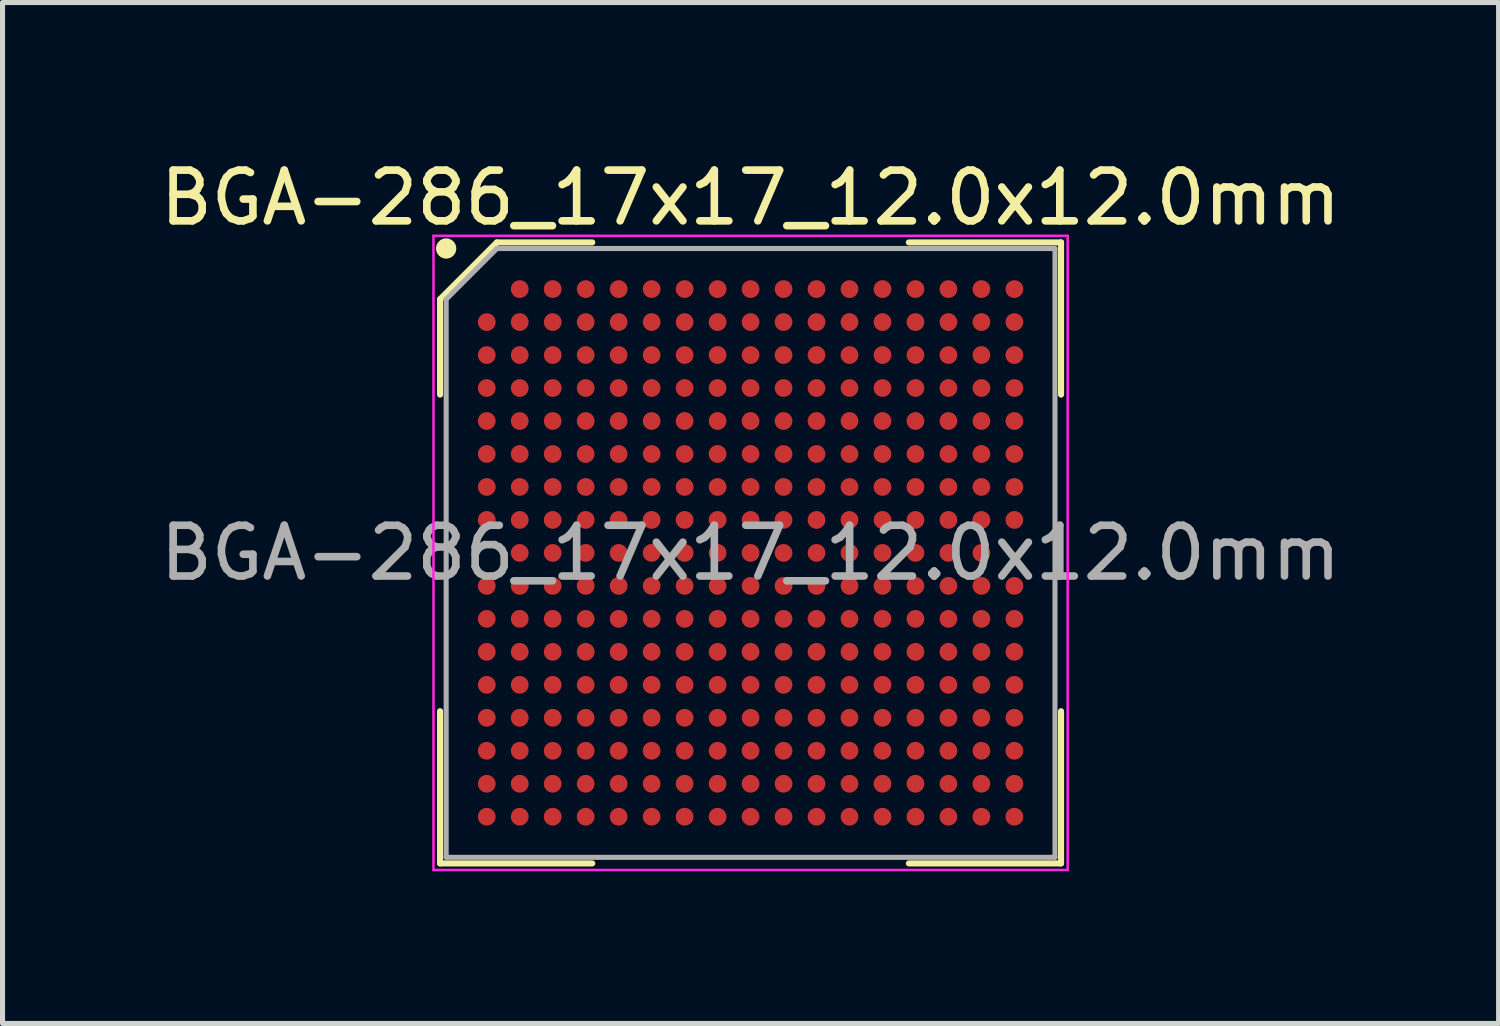
<source format=kicad_pcb>
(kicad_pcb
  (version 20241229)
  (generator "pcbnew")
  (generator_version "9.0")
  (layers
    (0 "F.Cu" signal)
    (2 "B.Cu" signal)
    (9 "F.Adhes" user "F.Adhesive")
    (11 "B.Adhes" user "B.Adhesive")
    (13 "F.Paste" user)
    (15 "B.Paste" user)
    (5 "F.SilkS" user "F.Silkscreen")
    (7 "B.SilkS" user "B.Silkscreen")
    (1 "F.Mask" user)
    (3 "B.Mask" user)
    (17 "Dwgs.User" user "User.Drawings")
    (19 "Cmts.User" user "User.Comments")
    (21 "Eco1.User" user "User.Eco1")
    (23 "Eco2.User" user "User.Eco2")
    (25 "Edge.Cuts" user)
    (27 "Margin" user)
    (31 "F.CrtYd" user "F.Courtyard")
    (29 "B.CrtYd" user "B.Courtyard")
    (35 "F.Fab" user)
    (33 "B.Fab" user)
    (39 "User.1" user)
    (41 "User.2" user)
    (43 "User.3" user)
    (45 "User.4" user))
  (footprint "BGA-286_17x17_12.0x12.0mm"
    (layer "F.Cu")
    (at 11.744 7.848)
    (property "Reference" "BGA-286_17x17_12.0x12.0mm" (at 0 -7 0) (layer "F.SilkS") (effects (font (size 1 1) (thickness 0.15))))
    (attr smd)
    (fp_line (start -6.12 -5) (end -6.12 -3.12) (stroke (width 0.12) (type default)) (layer "F.SilkS"))
    (fp_line (start -6.12 6.12) (end -6.12 3.12) (stroke (width 0.12) (type default)) (layer "F.SilkS"))
    (fp_line (start -5 -6.12) (end -6.12 -5) (stroke (width 0.12) (type default)) (layer "F.SilkS"))
    (fp_line (start -3.12 -6.12) (end -5 -6.12) (stroke (width 0.12) (type default)) (layer "F.SilkS"))
    (fp_line (start -3.12 6.12) (end -6.12 6.12) (stroke (width 0.12) (type default)) (layer "F.SilkS"))
    (fp_line (start 3.12 -6.12) (end 6.12 -6.12) (stroke (width 0.12) (type default)) (layer "F.SilkS"))
    (fp_line (start 3.12 6.12) (end 6.12 6.12) (stroke (width 0.12) (type default)) (layer "F.SilkS"))
    (fp_line (start 6.12 -6.12) (end 6.12 -3.12) (stroke (width 0.12) (type default)) (layer "F.SilkS"))
    (fp_line (start 6.12 6.12) (end 6.12 3.12) (stroke (width 0.12) (type default)) (layer "F.SilkS"))
    (fp_circle (center -6 -6) (end -6 -5.9) (stroke (width 0.2) (type default)) (fill no) (layer "F.SilkS"))
    (fp_line (start -6.25 -6.25) (end 6.25 -6.25) (stroke (width 0.05) (type default)) (layer "F.CrtYd"))
    (fp_line (start -6.25 6.25) (end -6.25 -6.25) (stroke (width 0.05) (type default)) (layer "F.CrtYd"))
    (fp_line (start 6.25 -6.25) (end 6.25 6.25) (stroke (width 0.05) (type default)) (layer "F.CrtYd"))
    (fp_line (start 6.25 6.25) (end -6.25 6.25) (stroke (width 0.05) (type default)) (layer "F.CrtYd"))
    (fp_line (start -6 -5) (end -6 6) (stroke (width 0.1) (type default)) (layer "F.Fab"))
    (fp_line (start -6 6) (end 6 6) (stroke (width 0.1) (type default)) (layer "F.Fab"))
    (fp_line (start -5 -6) (end -6 -5) (stroke (width 0.1) (type default)) (layer "F.Fab"))
    (fp_line (start 6 -6) (end -5 -6) (stroke (width 0.1) (type default)) (layer "F.Fab"))
    (fp_line (start 6 6) (end 6 -6) (stroke (width 0.1) (type default)) (layer "F.Fab"))
    (fp_text user "${REFERENCE}" (at 0 0 0) (layer "F.Fab") (effects (font (size 1 1) (thickness 0.15))))
    (pad "A2" smd circle (at -4.55 -5.2) (size 0.35 0.35) (layers "F.Cu" "F.Mask" "F.Paste"))
    (pad "A3" smd circle (at -3.9 -5.2) (size 0.35 0.35) (layers "F.Cu" "F.Mask" "F.Paste"))
    (pad "A4" smd circle (at -3.25 -5.2) (size 0.35 0.35) (layers "F.Cu" "F.Mask" "F.Paste"))
    (pad "A5" smd circle (at -2.6 -5.2) (size 0.35 0.35) (layers "F.Cu" "F.Mask" "F.Paste"))
    (pad "A6" smd circle (at -1.95 -5.2) (size 0.35 0.35) (layers "F.Cu" "F.Mask" "F.Paste"))
    (pad "A7" smd circle (at -1.3 -5.2) (size 0.35 0.35) (layers "F.Cu" "F.Mask" "F.Paste"))
    (pad "A8" smd circle (at -0.65 -5.2) (size 0.35 0.35) (layers "F.Cu" "F.Mask" "F.Paste"))
    (pad "A9" smd circle (at 0 -5.2) (size 0.35 0.35) (layers "F.Cu" "F.Mask" "F.Paste"))
    (pad "A10" smd circle (at 0.65 -5.2) (size 0.35 0.35) (layers "F.Cu" "F.Mask" "F.Paste"))
    (pad "A11" smd circle (at 1.3 -5.2) (size 0.35 0.35) (layers "F.Cu" "F.Mask" "F.Paste"))
    (pad "A12" smd circle (at 1.95 -5.2) (size 0.35 0.35) (layers "F.Cu" "F.Mask" "F.Paste"))
    (pad "A13" smd circle (at 2.6 -5.2) (size 0.35 0.35) (layers "F.Cu" "F.Mask" "F.Paste"))
    (pad "A14" smd circle (at 3.25 -5.2) (size 0.35 0.35) (layers "F.Cu" "F.Mask" "F.Paste"))
    (pad "A15" smd circle (at 3.9 -5.2) (size 0.35 0.35) (layers "F.Cu" "F.Mask" "F.Paste"))
    (pad "A16" smd circle (at 4.55 -5.2) (size 0.35 0.35) (layers "F.Cu" "F.Mask" "F.Paste"))
    (pad "A17" smd circle (at 5.2 -5.2) (size 0.35 0.35) (layers "F.Cu" "F.Mask" "F.Paste"))
    (pad "B1" smd circle (at -5.2 -4.55) (size 0.35 0.35) (layers "F.Cu" "F.Mask" "F.Paste"))
    (pad "B2" smd circle (at -4.55 -4.55) (size 0.35 0.35) (layers "F.Cu" "F.Mask" "F.Paste"))
    (pad "B3" smd circle (at -3.9 -4.55) (size 0.35 0.35) (layers "F.Cu" "F.Mask" "F.Paste"))
    (pad "B4" smd circle (at -3.25 -4.55) (size 0.35 0.35) (layers "F.Cu" "F.Mask" "F.Paste"))
    (pad "B5" smd circle (at -2.6 -4.55) (size 0.35 0.35) (layers "F.Cu" "F.Mask" "F.Paste"))
    (pad "B6" smd circle (at -1.95 -4.55) (size 0.35 0.35) (layers "F.Cu" "F.Mask" "F.Paste"))
    (pad "B7" smd circle (at -1.3 -4.55) (size 0.35 0.35) (layers "F.Cu" "F.Mask" "F.Paste"))
    (pad "B8" smd circle (at -0.65 -4.55) (size 0.35 0.35) (layers "F.Cu" "F.Mask" "F.Paste"))
    (pad "B9" smd circle (at 0 -4.55) (size 0.35 0.35) (layers "F.Cu" "F.Mask" "F.Paste"))
    (pad "B10" smd circle (at 0.65 -4.55) (size 0.35 0.35) (layers "F.Cu" "F.Mask" "F.Paste"))
    (pad "B11" smd circle (at 1.3 -4.55) (size 0.35 0.35) (layers "F.Cu" "F.Mask" "F.Paste"))
    (pad "B12" smd circle (at 1.95 -4.55) (size 0.35 0.35) (layers "F.Cu" "F.Mask" "F.Paste"))
    (pad "B13" smd circle (at 2.6 -4.55) (size 0.35 0.35) (layers "F.Cu" "F.Mask" "F.Paste"))
    (pad "B14" smd circle (at 3.25 -4.55) (size 0.35 0.35) (layers "F.Cu" "F.Mask" "F.Paste"))
    (pad "B15" smd circle (at 3.9 -4.55) (size 0.35 0.35) (layers "F.Cu" "F.Mask" "F.Paste"))
    (pad "B16" smd circle (at 4.55 -4.55) (size 0.35 0.35) (layers "F.Cu" "F.Mask" "F.Paste"))
    (pad "B17" smd circle (at 5.2 -4.55) (size 0.35 0.35) (layers "F.Cu" "F.Mask" "F.Paste"))
    (pad "C1" smd circle (at -5.2 -3.9) (size 0.35 0.35) (layers "F.Cu" "F.Mask" "F.Paste"))
    (pad "C2" smd circle (at -4.55 -3.9) (size 0.35 0.35) (layers "F.Cu" "F.Mask" "F.Paste"))
    (pad "C3" smd circle (at -3.9 -3.9) (size 0.35 0.35) (layers "F.Cu" "F.Mask" "F.Paste"))
    (pad "C4" smd circle (at -3.25 -3.9) (size 0.35 0.35) (layers "F.Cu" "F.Mask" "F.Paste"))
    (pad "C5" smd circle (at -2.6 -3.9) (size 0.35 0.35) (layers "F.Cu" "F.Mask" "F.Paste"))
    (pad "C6" smd circle (at -1.95 -3.9) (size 0.35 0.35) (layers "F.Cu" "F.Mask" "F.Paste"))
    (pad "C7" smd circle (at -1.3 -3.9) (size 0.35 0.35) (layers "F.Cu" "F.Mask" "F.Paste"))
    (pad "C8" smd circle (at -0.65 -3.9) (size 0.35 0.35) (layers "F.Cu" "F.Mask" "F.Paste"))
    (pad "C9" smd circle (at 0 -3.9) (size 0.35 0.35) (layers "F.Cu" "F.Mask" "F.Paste"))
    (pad "C10" smd circle (at 0.65 -3.9) (size 0.35 0.35) (layers "F.Cu" "F.Mask" "F.Paste"))
    (pad "C11" smd circle (at 1.3 -3.9) (size 0.35 0.35) (layers "F.Cu" "F.Mask" "F.Paste"))
    (pad "C12" smd circle (at 1.95 -3.9) (size 0.35 0.35) (layers "F.Cu" "F.Mask" "F.Paste"))
    (pad "C13" smd circle (at 2.6 -3.9) (size 0.35 0.35) (layers "F.Cu" "F.Mask" "F.Paste"))
    (pad "C14" smd circle (at 3.25 -3.9) (size 0.35 0.35) (layers "F.Cu" "F.Mask" "F.Paste"))
    (pad "C15" smd circle (at 3.9 -3.9) (size 0.35 0.35) (layers "F.Cu" "F.Mask" "F.Paste"))
    (pad "C16" smd circle (at 4.55 -3.9) (size 0.35 0.35) (layers "F.Cu" "F.Mask" "F.Paste"))
    (pad "C17" smd circle (at 5.2 -3.9) (size 0.35 0.35) (layers "F.Cu" "F.Mask" "F.Paste"))
    (pad "D1" smd circle (at -5.2 -3.25) (size 0.35 0.35) (layers "F.Cu" "F.Mask" "F.Paste"))
    (pad "D2" smd circle (at -4.55 -3.25) (size 0.35 0.35) (layers "F.Cu" "F.Mask" "F.Paste"))
    (pad "D3" smd circle (at -3.9 -3.25) (size 0.35 0.35) (layers "F.Cu" "F.Mask" "F.Paste"))
    (pad "D4" smd circle (at -3.25 -3.25) (size 0.35 0.35) (layers "F.Cu" "F.Mask" "F.Paste"))
    (pad "D5" smd circle (at -2.6 -3.25) (size 0.35 0.35) (layers "F.Cu" "F.Mask" "F.Paste"))
    (pad "D6" smd circle (at -1.95 -3.25) (size 0.35 0.35) (layers "F.Cu" "F.Mask" "F.Paste"))
    (pad "D7" smd circle (at -1.3 -3.25) (size 0.35 0.35) (layers "F.Cu" "F.Mask" "F.Paste"))
    (pad "D8" smd circle (at -0.65 -3.25) (size 0.35 0.35) (layers "F.Cu" "F.Mask" "F.Paste"))
    (pad "D9" smd circle (at 0 -3.25) (size 0.35 0.35) (layers "F.Cu" "F.Mask" "F.Paste"))
    (pad "D10" smd circle (at 0.65 -3.25) (size 0.35 0.35) (layers "F.Cu" "F.Mask" "F.Paste"))
    (pad "D11" smd circle (at 1.3 -3.25) (size 0.35 0.35) (layers "F.Cu" "F.Mask" "F.Paste"))
    (pad "D12" smd circle (at 1.95 -3.25) (size 0.35 0.35) (layers "F.Cu" "F.Mask" "F.Paste"))
    (pad "D13" smd circle (at 2.6 -3.25) (size 0.35 0.35) (layers "F.Cu" "F.Mask" "F.Paste"))
    (pad "D14" smd circle (at 3.25 -3.25) (size 0.35 0.35) (layers "F.Cu" "F.Mask" "F.Paste"))
    (pad "D15" smd circle (at 3.9 -3.25) (size 0.35 0.35) (layers "F.Cu" "F.Mask" "F.Paste"))
    (pad "D16" smd circle (at 4.55 -3.25) (size 0.35 0.35) (layers "F.Cu" "F.Mask" "F.Paste"))
    (pad "D17" smd circle (at 5.2 -3.25) (size 0.35 0.35) (layers "F.Cu" "F.Mask" "F.Paste"))
    (pad "E1" smd circle (at -5.2 -2.6) (size 0.35 0.35) (layers "F.Cu" "F.Mask" "F.Paste"))
    (pad "E2" smd circle (at -4.55 -2.6) (size 0.35 0.35) (layers "F.Cu" "F.Mask" "F.Paste"))
    (pad "E3" smd circle (at -3.9 -2.6) (size 0.35 0.35) (layers "F.Cu" "F.Mask" "F.Paste"))
    (pad "E4" smd circle (at -3.25 -2.6) (size 0.35 0.35) (layers "F.Cu" "F.Mask" "F.Paste"))
    (pad "E5" smd circle (at -2.6 -2.6) (size 0.35 0.35) (layers "F.Cu" "F.Mask" "F.Paste"))
    (pad "E6" smd circle (at -1.95 -2.6) (size 0.35 0.35) (layers "F.Cu" "F.Mask" "F.Paste"))
    (pad "E7" smd circle (at -1.3 -2.6) (size 0.35 0.35) (layers "F.Cu" "F.Mask" "F.Paste"))
    (pad "E8" smd circle (at -0.65 -2.6) (size 0.35 0.35) (layers "F.Cu" "F.Mask" "F.Paste"))
    (pad "E9" smd circle (at 0 -2.6) (size 0.35 0.35) (layers "F.Cu" "F.Mask" "F.Paste"))
    (pad "E10" smd circle (at 0.65 -2.6) (size 0.35 0.35) (layers "F.Cu" "F.Mask" "F.Paste"))
    (pad "E11" smd circle (at 1.3 -2.6) (size 0.35 0.35) (layers "F.Cu" "F.Mask" "F.Paste"))
    (pad "E12" smd circle (at 1.95 -2.6) (size 0.35 0.35) (layers "F.Cu" "F.Mask" "F.Paste"))
    (pad "E13" smd circle (at 2.6 -2.6) (size 0.35 0.35) (layers "F.Cu" "F.Mask" "F.Paste"))
    (pad "E14" smd circle (at 3.25 -2.6) (size 0.35 0.35) (layers "F.Cu" "F.Mask" "F.Paste"))
    (pad "E15" smd circle (at 3.9 -2.6) (size 0.35 0.35) (layers "F.Cu" "F.Mask" "F.Paste"))
    (pad "E16" smd circle (at 4.55 -2.6) (size 0.35 0.35) (layers "F.Cu" "F.Mask" "F.Paste"))
    (pad "E17" smd circle (at 5.2 -2.6) (size 0.35 0.35) (layers "F.Cu" "F.Mask" "F.Paste"))
    (pad "F1" smd circle (at -5.2 -1.95) (size 0.35 0.35) (layers "F.Cu" "F.Mask" "F.Paste"))
    (pad "F2" smd circle (at -4.55 -1.95) (size 0.35 0.35) (layers "F.Cu" "F.Mask" "F.Paste"))
    (pad "F3" smd circle (at -3.9 -1.95) (size 0.35 0.35) (layers "F.Cu" "F.Mask" "F.Paste"))
    (pad "F4" smd circle (at -3.25 -1.95) (size 0.35 0.35) (layers "F.Cu" "F.Mask" "F.Paste"))
    (pad "F5" smd circle (at -2.6 -1.95) (size 0.35 0.35) (layers "F.Cu" "F.Mask" "F.Paste"))
    (pad "F6" smd circle (at -1.95 -1.95) (size 0.35 0.35) (layers "F.Cu" "F.Mask" "F.Paste"))
    (pad "F7" smd circle (at -1.3 -1.95) (size 0.35 0.35) (layers "F.Cu" "F.Mask" "F.Paste"))
    (pad "F8" smd circle (at -0.65 -1.95) (size 0.35 0.35) (layers "F.Cu" "F.Mask" "F.Paste"))
    (pad "F9" smd circle (at 0 -1.95) (size 0.35 0.35) (layers "F.Cu" "F.Mask" "F.Paste"))
    (pad "F10" smd circle (at 0.65 -1.95) (size 0.35 0.35) (layers "F.Cu" "F.Mask" "F.Paste"))
    (pad "F11" smd circle (at 1.3 -1.95) (size 0.35 0.35) (layers "F.Cu" "F.Mask" "F.Paste"))
    (pad "F12" smd circle (at 1.95 -1.95) (size 0.35 0.35) (layers "F.Cu" "F.Mask" "F.Paste"))
    (pad "F13" smd circle (at 2.6 -1.95) (size 0.35 0.35) (layers "F.Cu" "F.Mask" "F.Paste"))
    (pad "F14" smd circle (at 3.25 -1.95) (size 0.35 0.35) (layers "F.Cu" "F.Mask" "F.Paste"))
    (pad "F15" smd circle (at 3.9 -1.95) (size 0.35 0.35) (layers "F.Cu" "F.Mask" "F.Paste"))
    (pad "F16" smd circle (at 4.55 -1.95) (size 0.35 0.35) (layers "F.Cu" "F.Mask" "F.Paste"))
    (pad "F17" smd circle (at 5.2 -1.95) (size 0.35 0.35) (layers "F.Cu" "F.Mask" "F.Paste"))
    (pad "G1" smd circle (at -5.2 -1.3) (size 0.35 0.35) (layers "F.Cu" "F.Mask" "F.Paste"))
    (pad "G2" smd circle (at -4.55 -1.3) (size 0.35 0.35) (layers "F.Cu" "F.Mask" "F.Paste"))
    (pad "G3" smd circle (at -3.9 -1.3) (size 0.35 0.35) (layers "F.Cu" "F.Mask" "F.Paste"))
    (pad "G4" smd circle (at -3.25 -1.3) (size 0.35 0.35) (layers "F.Cu" "F.Mask" "F.Paste"))
    (pad "G5" smd circle (at -2.6 -1.3) (size 0.35 0.35) (layers "F.Cu" "F.Mask" "F.Paste"))
    (pad "G6" smd circle (at -1.95 -1.3) (size 0.35 0.35) (layers "F.Cu" "F.Mask" "F.Paste"))
    (pad "G7" smd circle (at -1.3 -1.3) (size 0.35 0.35) (layers "F.Cu" "F.Mask" "F.Paste"))
    (pad "G8" smd circle (at -0.65 -1.3) (size 0.35 0.35) (layers "F.Cu" "F.Mask" "F.Paste"))
    (pad "G9" smd circle (at 0 -1.3) (size 0.35 0.35) (layers "F.Cu" "F.Mask" "F.Paste"))
    (pad "G10" smd circle (at 0.65 -1.3) (size 0.35 0.35) (layers "F.Cu" "F.Mask" "F.Paste"))
    (pad "G11" smd circle (at 1.3 -1.3) (size 0.35 0.35) (layers "F.Cu" "F.Mask" "F.Paste"))
    (pad "G12" smd circle (at 1.95 -1.3) (size 0.35 0.35) (layers "F.Cu" "F.Mask" "F.Paste"))
    (pad "G13" smd circle (at 2.6 -1.3) (size 0.35 0.35) (layers "F.Cu" "F.Mask" "F.Paste"))
    (pad "G14" smd circle (at 3.25 -1.3) (size 0.35 0.35) (layers "F.Cu" "F.Mask" "F.Paste"))
    (pad "G15" smd circle (at 3.9 -1.3) (size 0.35 0.35) (layers "F.Cu" "F.Mask" "F.Paste"))
    (pad "G16" smd circle (at 4.55 -1.3) (size 0.35 0.35) (layers "F.Cu" "F.Mask" "F.Paste"))
    (pad "G17" smd circle (at 5.2 -1.3) (size 0.35 0.35) (layers "F.Cu" "F.Mask" "F.Paste"))
    (pad "H1" smd circle (at -5.2 -0.65) (size 0.35 0.35) (layers "F.Cu" "F.Mask" "F.Paste"))
    (pad "H2" smd circle (at -4.55 -0.65) (size 0.35 0.35) (layers "F.Cu" "F.Mask" "F.Paste"))
    (pad "H3" smd circle (at -3.9 -0.65) (size 0.35 0.35) (layers "F.Cu" "F.Mask" "F.Paste"))
    (pad "H4" smd circle (at -3.25 -0.65) (size 0.35 0.35) (layers "F.Cu" "F.Mask" "F.Paste"))
    (pad "H5" smd circle (at -2.6 -0.65) (size 0.35 0.35) (layers "F.Cu" "F.Mask" "F.Paste"))
    (pad "H6" smd circle (at -1.95 -0.65) (size 0.35 0.35) (layers "F.Cu" "F.Mask" "F.Paste"))
    (pad "H7" smd circle (at -1.3 -0.65) (size 0.35 0.35) (layers "F.Cu" "F.Mask" "F.Paste"))
    (pad "H8" smd circle (at -0.65 -0.65) (size 0.35 0.35) (layers "F.Cu" "F.Mask" "F.Paste"))
    (pad "H9" smd circle (at 0 -0.65) (size 0.35 0.35) (layers "F.Cu" "F.Mask" "F.Paste"))
    (pad "H10" smd circle (at 0.65 -0.65) (size 0.35 0.35) (layers "F.Cu" "F.Mask" "F.Paste"))
    (pad "H11" smd circle (at 1.3 -0.65) (size 0.35 0.35) (layers "F.Cu" "F.Mask" "F.Paste"))
    (pad "H12" smd circle (at 1.95 -0.65) (size 0.35 0.35) (layers "F.Cu" "F.Mask" "F.Paste"))
    (pad "H13" smd circle (at 2.6 -0.65) (size 0.35 0.35) (layers "F.Cu" "F.Mask" "F.Paste"))
    (pad "H14" smd circle (at 3.25 -0.65) (size 0.35 0.35) (layers "F.Cu" "F.Mask" "F.Paste"))
    (pad "H15" smd circle (at 3.9 -0.65) (size 0.35 0.35) (layers "F.Cu" "F.Mask" "F.Paste"))
    (pad "H16" smd circle (at 4.55 -0.65) (size 0.35 0.35) (layers "F.Cu" "F.Mask" "F.Paste"))
    (pad "H17" smd circle (at 5.2 -0.65) (size 0.35 0.35) (layers "F.Cu" "F.Mask" "F.Paste"))
    (pad "J2" smd circle (at -4.55 0) (size 0.35 0.35) (layers "F.Cu" "F.Mask" "F.Paste"))
    (pad "J3" smd circle (at -3.9 0) (size 0.35 0.35) (layers "F.Cu" "F.Mask" "F.Paste"))
    (pad "J4" smd circle (at -3.25 0) (size 0.35 0.35) (layers "F.Cu" "F.Mask" "F.Paste"))
    (pad "J5" smd circle (at -2.6 0) (size 0.35 0.35) (layers "F.Cu" "F.Mask" "F.Paste"))
    (pad "J6" smd circle (at -1.95 0) (size 0.35 0.35) (layers "F.Cu" "F.Mask" "F.Paste"))
    (pad "J7" smd circle (at -1.3 0) (size 0.35 0.35) (layers "F.Cu" "F.Mask" "F.Paste"))
    (pad "J8" smd circle (at -0.65 0) (size 0.35 0.35) (layers "F.Cu" "F.Mask" "F.Paste"))
    (pad "J9" smd circle (at 0 0) (size 0.35 0.35) (layers "F.Cu" "F.Mask" "F.Paste"))
    (pad "J10" smd circle (at 0.65 0) (size 0.35 0.35) (layers "F.Cu" "F.Mask" "F.Paste"))
    (pad "J11" smd circle (at 1.3 0) (size 0.35 0.35) (layers "F.Cu" "F.Mask" "F.Paste"))
    (pad "J12" smd circle (at 1.95 0) (size 0.35 0.35) (layers "F.Cu" "F.Mask" "F.Paste"))
    (pad "J13" smd circle (at 2.6 0) (size 0.35 0.35) (layers "F.Cu" "F.Mask" "F.Paste"))
    (pad "J14" smd circle (at 3.25 0) (size 0.35 0.35) (layers "F.Cu" "F.Mask" "F.Paste"))
    (pad "J15" smd circle (at 3.9 0) (size 0.35 0.35) (layers "F.Cu" "F.Mask" "F.Paste"))
    (pad "J16" smd circle (at 4.55 0) (size 0.35 0.35) (layers "F.Cu" "F.Mask" "F.Paste"))
    (pad "K1" smd circle (at -5.2 0.65) (size 0.35 0.35) (layers "F.Cu" "F.Mask" "F.Paste"))
    (pad "K2" smd circle (at -4.55 0.65) (size 0.35 0.35) (layers "F.Cu" "F.Mask" "F.Paste"))
    (pad "K3" smd circle (at -3.9 0.65) (size 0.35 0.35) (layers "F.Cu" "F.Mask" "F.Paste"))
    (pad "K4" smd circle (at -3.25 0.65) (size 0.35 0.35) (layers "F.Cu" "F.Mask" "F.Paste"))
    (pad "K5" smd circle (at -2.6 0.65) (size 0.35 0.35) (layers "F.Cu" "F.Mask" "F.Paste"))
    (pad "K6" smd circle (at -1.95 0.65) (size 0.35 0.35) (layers "F.Cu" "F.Mask" "F.Paste"))
    (pad "K7" smd circle (at -1.3 0.65) (size 0.35 0.35) (layers "F.Cu" "F.Mask" "F.Paste"))
    (pad "K8" smd circle (at -0.65 0.65) (size 0.35 0.35) (layers "F.Cu" "F.Mask" "F.Paste"))
    (pad "K9" smd circle (at 0 0.65) (size 0.35 0.35) (layers "F.Cu" "F.Mask" "F.Paste"))
    (pad "K10" smd circle (at 0.65 0.65) (size 0.35 0.35) (layers "F.Cu" "F.Mask" "F.Paste"))
    (pad "K11" smd circle (at 1.3 0.65) (size 0.35 0.35) (layers "F.Cu" "F.Mask" "F.Paste"))
    (pad "K12" smd circle (at 1.95 0.65) (size 0.35 0.35) (layers "F.Cu" "F.Mask" "F.Paste"))
    (pad "K13" smd circle (at 2.6 0.65) (size 0.35 0.35) (layers "F.Cu" "F.Mask" "F.Paste"))
    (pad "K14" smd circle (at 3.25 0.65) (size 0.35 0.35) (layers "F.Cu" "F.Mask" "F.Paste"))
    (pad "K15" smd circle (at 3.9 0.65) (size 0.35 0.35) (layers "F.Cu" "F.Mask" "F.Paste"))
    (pad "K16" smd circle (at 4.55 0.65) (size 0.35 0.35) (layers "F.Cu" "F.Mask" "F.Paste"))
    (pad "K17" smd circle (at 5.2 0.65) (size 0.35 0.35) (layers "F.Cu" "F.Mask" "F.Paste"))
    (pad "L1" smd circle (at -5.2 1.3) (size 0.35 0.35) (layers "F.Cu" "F.Mask" "F.Paste"))
    (pad "L2" smd circle (at -4.55 1.3) (size 0.35 0.35) (layers "F.Cu" "F.Mask" "F.Paste"))
    (pad "L3" smd circle (at -3.9 1.3) (size 0.35 0.35) (layers "F.Cu" "F.Mask" "F.Paste"))
    (pad "L4" smd circle (at -3.25 1.3) (size 0.35 0.35) (layers "F.Cu" "F.Mask" "F.Paste"))
    (pad "L5" smd circle (at -2.6 1.3) (size 0.35 0.35) (layers "F.Cu" "F.Mask" "F.Paste"))
    (pad "L6" smd circle (at -1.95 1.3) (size 0.35 0.35) (layers "F.Cu" "F.Mask" "F.Paste"))
    (pad "L7" smd circle (at -1.3 1.3) (size 0.35 0.35) (layers "F.Cu" "F.Mask" "F.Paste"))
    (pad "L8" smd circle (at -0.65 1.3) (size 0.35 0.35) (layers "F.Cu" "F.Mask" "F.Paste"))
    (pad "L9" smd circle (at 0 1.3) (size 0.35 0.35) (layers "F.Cu" "F.Mask" "F.Paste"))
    (pad "L10" smd circle (at 0.65 1.3) (size 0.35 0.35) (layers "F.Cu" "F.Mask" "F.Paste"))
    (pad "L11" smd circle (at 1.3 1.3) (size 0.35 0.35) (layers "F.Cu" "F.Mask" "F.Paste"))
    (pad "L12" smd circle (at 1.95 1.3) (size 0.35 0.35) (layers "F.Cu" "F.Mask" "F.Paste"))
    (pad "L13" smd circle (at 2.6 1.3) (size 0.35 0.35) (layers "F.Cu" "F.Mask" "F.Paste"))
    (pad "L14" smd circle (at 3.25 1.3) (size 0.35 0.35) (layers "F.Cu" "F.Mask" "F.Paste"))
    (pad "L15" smd circle (at 3.9 1.3) (size 0.35 0.35) (layers "F.Cu" "F.Mask" "F.Paste"))
    (pad "L16" smd circle (at 4.55 1.3) (size 0.35 0.35) (layers "F.Cu" "F.Mask" "F.Paste"))
    (pad "L17" smd circle (at 5.2 1.3) (size 0.35 0.35) (layers "F.Cu" "F.Mask" "F.Paste"))
    (pad "M1" smd circle (at -5.2 1.95) (size 0.35 0.35) (layers "F.Cu" "F.Mask" "F.Paste"))
    (pad "M2" smd circle (at -4.55 1.95) (size 0.35 0.35) (layers "F.Cu" "F.Mask" "F.Paste"))
    (pad "M3" smd circle (at -3.9 1.95) (size 0.35 0.35) (layers "F.Cu" "F.Mask" "F.Paste"))
    (pad "M4" smd circle (at -3.25 1.95) (size 0.35 0.35) (layers "F.Cu" "F.Mask" "F.Paste"))
    (pad "M5" smd circle (at -2.6 1.95) (size 0.35 0.35) (layers "F.Cu" "F.Mask" "F.Paste"))
    (pad "M6" smd circle (at -1.95 1.95) (size 0.35 0.35) (layers "F.Cu" "F.Mask" "F.Paste"))
    (pad "M7" smd circle (at -1.3 1.95) (size 0.35 0.35) (layers "F.Cu" "F.Mask" "F.Paste"))
    (pad "M8" smd circle (at -0.65 1.95) (size 0.35 0.35) (layers "F.Cu" "F.Mask" "F.Paste"))
    (pad "M9" smd circle (at 0 1.95) (size 0.35 0.35) (layers "F.Cu" "F.Mask" "F.Paste"))
    (pad "M10" smd circle (at 0.65 1.95) (size 0.35 0.35) (layers "F.Cu" "F.Mask" "F.Paste"))
    (pad "M11" smd circle (at 1.3 1.95) (size 0.35 0.35) (layers "F.Cu" "F.Mask" "F.Paste"))
    (pad "M12" smd circle (at 1.95 1.95) (size 0.35 0.35) (layers "F.Cu" "F.Mask" "F.Paste"))
    (pad "M13" smd circle (at 2.6 1.95) (size 0.35 0.35) (layers "F.Cu" "F.Mask" "F.Paste"))
    (pad "M14" smd circle (at 3.25 1.95) (size 0.35 0.35) (layers "F.Cu" "F.Mask" "F.Paste"))
    (pad "M15" smd circle (at 3.9 1.95) (size 0.35 0.35) (layers "F.Cu" "F.Mask" "F.Paste"))
    (pad "M16" smd circle (at 4.55 1.95) (size 0.35 0.35) (layers "F.Cu" "F.Mask" "F.Paste"))
    (pad "M17" smd circle (at 5.2 1.95) (size 0.35 0.35) (layers "F.Cu" "F.Mask" "F.Paste"))
    (pad "N1" smd circle (at -5.2 2.6) (size 0.35 0.35) (layers "F.Cu" "F.Mask" "F.Paste"))
    (pad "N2" smd circle (at -4.55 2.6) (size 0.35 0.35) (layers "F.Cu" "F.Mask" "F.Paste"))
    (pad "N3" smd circle (at -3.9 2.6) (size 0.35 0.35) (layers "F.Cu" "F.Mask" "F.Paste"))
    (pad "N4" smd circle (at -3.25 2.6) (size 0.35 0.35) (layers "F.Cu" "F.Mask" "F.Paste"))
    (pad "N5" smd circle (at -2.6 2.6) (size 0.35 0.35) (layers "F.Cu" "F.Mask" "F.Paste"))
    (pad "N6" smd circle (at -1.95 2.6) (size 0.35 0.35) (layers "F.Cu" "F.Mask" "F.Paste"))
    (pad "N7" smd circle (at -1.3 2.6) (size 0.35 0.35) (layers "F.Cu" "F.Mask" "F.Paste"))
    (pad "N8" smd circle (at -0.65 2.6) (size 0.35 0.35) (layers "F.Cu" "F.Mask" "F.Paste"))
    (pad "N9" smd circle (at 0 2.6) (size 0.35 0.35) (layers "F.Cu" "F.Mask" "F.Paste"))
    (pad "N10" smd circle (at 0.65 2.6) (size 0.35 0.35) (layers "F.Cu" "F.Mask" "F.Paste"))
    (pad "N11" smd circle (at 1.3 2.6) (size 0.35 0.35) (layers "F.Cu" "F.Mask" "F.Paste"))
    (pad "N12" smd circle (at 1.95 2.6) (size 0.35 0.35) (layers "F.Cu" "F.Mask" "F.Paste"))
    (pad "N13" smd circle (at 2.6 2.6) (size 0.35 0.35) (layers "F.Cu" "F.Mask" "F.Paste"))
    (pad "N14" smd circle (at 3.25 2.6) (size 0.35 0.35) (layers "F.Cu" "F.Mask" "F.Paste"))
    (pad "N15" smd circle (at 3.9 2.6) (size 0.35 0.35) (layers "F.Cu" "F.Mask" "F.Paste"))
    (pad "N16" smd circle (at 4.55 2.6) (size 0.35 0.35) (layers "F.Cu" "F.Mask" "F.Paste"))
    (pad "N17" smd circle (at 5.2 2.6) (size 0.35 0.35) (layers "F.Cu" "F.Mask" "F.Paste"))
    (pad "P1" smd circle (at -5.2 3.25) (size 0.35 0.35) (layers "F.Cu" "F.Mask" "F.Paste"))
    (pad "P2" smd circle (at -4.55 3.25) (size 0.35 0.35) (layers "F.Cu" "F.Mask" "F.Paste"))
    (pad "P3" smd circle (at -3.9 3.25) (size 0.35 0.35) (layers "F.Cu" "F.Mask" "F.Paste"))
    (pad "P4" smd circle (at -3.25 3.25) (size 0.35 0.35) (layers "F.Cu" "F.Mask" "F.Paste"))
    (pad "P5" smd circle (at -2.6 3.25) (size 0.35 0.35) (layers "F.Cu" "F.Mask" "F.Paste"))
    (pad "P6" smd circle (at -1.95 3.25) (size 0.35 0.35) (layers "F.Cu" "F.Mask" "F.Paste"))
    (pad "P7" smd circle (at -1.3 3.25) (size 0.35 0.35) (layers "F.Cu" "F.Mask" "F.Paste"))
    (pad "P8" smd circle (at -0.65 3.25) (size 0.35 0.35) (layers "F.Cu" "F.Mask" "F.Paste"))
    (pad "P9" smd circle (at 0 3.25) (size 0.35 0.35) (layers "F.Cu" "F.Mask" "F.Paste"))
    (pad "P10" smd circle (at 0.65 3.25) (size 0.35 0.35) (layers "F.Cu" "F.Mask" "F.Paste"))
    (pad "P11" smd circle (at 1.3 3.25) (size 0.35 0.35) (layers "F.Cu" "F.Mask" "F.Paste"))
    (pad "P12" smd circle (at 1.95 3.25) (size 0.35 0.35) (layers "F.Cu" "F.Mask" "F.Paste"))
    (pad "P13" smd circle (at 2.6 3.25) (size 0.35 0.35) (layers "F.Cu" "F.Mask" "F.Paste"))
    (pad "P14" smd circle (at 3.25 3.25) (size 0.35 0.35) (layers "F.Cu" "F.Mask" "F.Paste"))
    (pad "P15" smd circle (at 3.9 3.25) (size 0.35 0.35) (layers "F.Cu" "F.Mask" "F.Paste"))
    (pad "P16" smd circle (at 4.55 3.25) (size 0.35 0.35) (layers "F.Cu" "F.Mask" "F.Paste"))
    (pad "P17" smd circle (at 5.2 3.25) (size 0.35 0.35) (layers "F.Cu" "F.Mask" "F.Paste"))
    (pad "R1" smd circle (at -5.2 3.9) (size 0.35 0.35) (layers "F.Cu" "F.Mask" "F.Paste"))
    (pad "R2" smd circle (at -4.55 3.9) (size 0.35 0.35) (layers "F.Cu" "F.Mask" "F.Paste"))
    (pad "R3" smd circle (at -3.9 3.9) (size 0.35 0.35) (layers "F.Cu" "F.Mask" "F.Paste"))
    (pad "R4" smd circle (at -3.25 3.9) (size 0.35 0.35) (layers "F.Cu" "F.Mask" "F.Paste"))
    (pad "R5" smd circle (at -2.6 3.9) (size 0.35 0.35) (layers "F.Cu" "F.Mask" "F.Paste"))
    (pad "R6" smd circle (at -1.95 3.9) (size 0.35 0.35) (layers "F.Cu" "F.Mask" "F.Paste"))
    (pad "R7" smd circle (at -1.3 3.9) (size 0.35 0.35) (layers "F.Cu" "F.Mask" "F.Paste"))
    (pad "R8" smd circle (at -0.65 3.9) (size 0.35 0.35) (layers "F.Cu" "F.Mask" "F.Paste"))
    (pad "R9" smd circle (at 0 3.9) (size 0.35 0.35) (layers "F.Cu" "F.Mask" "F.Paste"))
    (pad "R10" smd circle (at 0.65 3.9) (size 0.35 0.35) (layers "F.Cu" "F.Mask" "F.Paste"))
    (pad "R11" smd circle (at 1.3 3.9) (size 0.35 0.35) (layers "F.Cu" "F.Mask" "F.Paste"))
    (pad "R12" smd circle (at 1.95 3.9) (size 0.35 0.35) (layers "F.Cu" "F.Mask" "F.Paste"))
    (pad "R13" smd circle (at 2.6 3.9) (size 0.35 0.35) (layers "F.Cu" "F.Mask" "F.Paste"))
    (pad "R14" smd circle (at 3.25 3.9) (size 0.35 0.35) (layers "F.Cu" "F.Mask" "F.Paste"))
    (pad "R15" smd circle (at 3.9 3.9) (size 0.35 0.35) (layers "F.Cu" "F.Mask" "F.Paste"))
    (pad "R16" smd circle (at 4.55 3.9) (size 0.35 0.35) (layers "F.Cu" "F.Mask" "F.Paste"))
    (pad "R17" smd circle (at 5.2 3.9) (size 0.35 0.35) (layers "F.Cu" "F.Mask" "F.Paste"))
    (pad "T1" smd circle (at -5.2 4.55) (size 0.35 0.35) (layers "F.Cu" "F.Mask" "F.Paste"))
    (pad "T2" smd circle (at -4.55 4.55) (size 0.35 0.35) (layers "F.Cu" "F.Mask" "F.Paste"))
    (pad "T3" smd circle (at -3.9 4.55) (size 0.35 0.35) (layers "F.Cu" "F.Mask" "F.Paste"))
    (pad "T4" smd circle (at -3.25 4.55) (size 0.35 0.35) (layers "F.Cu" "F.Mask" "F.Paste"))
    (pad "T5" smd circle (at -2.6 4.55) (size 0.35 0.35) (layers "F.Cu" "F.Mask" "F.Paste"))
    (pad "T6" smd circle (at -1.95 4.55) (size 0.35 0.35) (layers "F.Cu" "F.Mask" "F.Paste"))
    (pad "T7" smd circle (at -1.3 4.55) (size 0.35 0.35) (layers "F.Cu" "F.Mask" "F.Paste"))
    (pad "T8" smd circle (at -0.65 4.55) (size 0.35 0.35) (layers "F.Cu" "F.Mask" "F.Paste"))
    (pad "T9" smd circle (at 0 4.55) (size 0.35 0.35) (layers "F.Cu" "F.Mask" "F.Paste"))
    (pad "T10" smd circle (at 0.65 4.55) (size 0.35 0.35) (layers "F.Cu" "F.Mask" "F.Paste"))
    (pad "T11" smd circle (at 1.3 4.55) (size 0.35 0.35) (layers "F.Cu" "F.Mask" "F.Paste"))
    (pad "T12" smd circle (at 1.95 4.55) (size 0.35 0.35) (layers "F.Cu" "F.Mask" "F.Paste"))
    (pad "T13" smd circle (at 2.6 4.55) (size 0.35 0.35) (layers "F.Cu" "F.Mask" "F.Paste"))
    (pad "T14" smd circle (at 3.25 4.55) (size 0.35 0.35) (layers "F.Cu" "F.Mask" "F.Paste"))
    (pad "T15" smd circle (at 3.9 4.55) (size 0.35 0.35) (layers "F.Cu" "F.Mask" "F.Paste"))
    (pad "T16" smd circle (at 4.55 4.55) (size 0.35 0.35) (layers "F.Cu" "F.Mask" "F.Paste"))
    (pad "T17" smd circle (at 5.2 4.55) (size 0.35 0.35) (layers "F.Cu" "F.Mask" "F.Paste"))
    (pad "U1" smd circle (at -5.2 5.2) (size 0.35 0.35) (layers "F.Cu" "F.Mask" "F.Paste"))
    (pad "U2" smd circle (at -4.55 5.2) (size 0.35 0.35) (layers "F.Cu" "F.Mask" "F.Paste"))
    (pad "U3" smd circle (at -3.9 5.2) (size 0.35 0.35) (layers "F.Cu" "F.Mask" "F.Paste"))
    (pad "U4" smd circle (at -3.25 5.2) (size 0.35 0.35) (layers "F.Cu" "F.Mask" "F.Paste"))
    (pad "U5" smd circle (at -2.6 5.2) (size 0.35 0.35) (layers "F.Cu" "F.Mask" "F.Paste"))
    (pad "U6" smd circle (at -1.95 5.2) (size 0.35 0.35) (layers "F.Cu" "F.Mask" "F.Paste"))
    (pad "U7" smd circle (at -1.3 5.2) (size 0.35 0.35) (layers "F.Cu" "F.Mask" "F.Paste"))
    (pad "U8" smd circle (at -0.65 5.2) (size 0.35 0.35) (layers "F.Cu" "F.Mask" "F.Paste"))
    (pad "U9" smd circle (at 0 5.2) (size 0.35 0.35) (layers "F.Cu" "F.Mask" "F.Paste"))
    (pad "U10" smd circle (at 0.65 5.2) (size 0.35 0.35) (layers "F.Cu" "F.Mask" "F.Paste"))
    (pad "U11" smd circle (at 1.3 5.2) (size 0.35 0.35) (layers "F.Cu" "F.Mask" "F.Paste"))
    (pad "U12" smd circle (at 1.95 5.2) (size 0.35 0.35) (layers "F.Cu" "F.Mask" "F.Paste"))
    (pad "U13" smd circle (at 2.6 5.2) (size 0.35 0.35) (layers "F.Cu" "F.Mask" "F.Paste"))
    (pad "U14" smd circle (at 3.25 5.2) (size 0.35 0.35) (layers "F.Cu" "F.Mask" "F.Paste"))
    (pad "U15" smd circle (at 3.9 5.2) (size 0.35 0.35) (layers "F.Cu" "F.Mask" "F.Paste"))
    (pad "U16" smd circle (at 4.55 5.2) (size 0.35 0.35) (layers "F.Cu" "F.Mask" "F.Paste"))
    (pad "U17" smd circle (at 5.2 5.2) (size 0.35 0.35) (layers "F.Cu" "F.Mask" "F.Paste")))
  (gr_rect
    (start -3 -3)
    (end 26.488 17.123)
    (stroke (width 0.1) (type default))
    (fill no)
    (layer "Edge.Cuts")))
</source>
